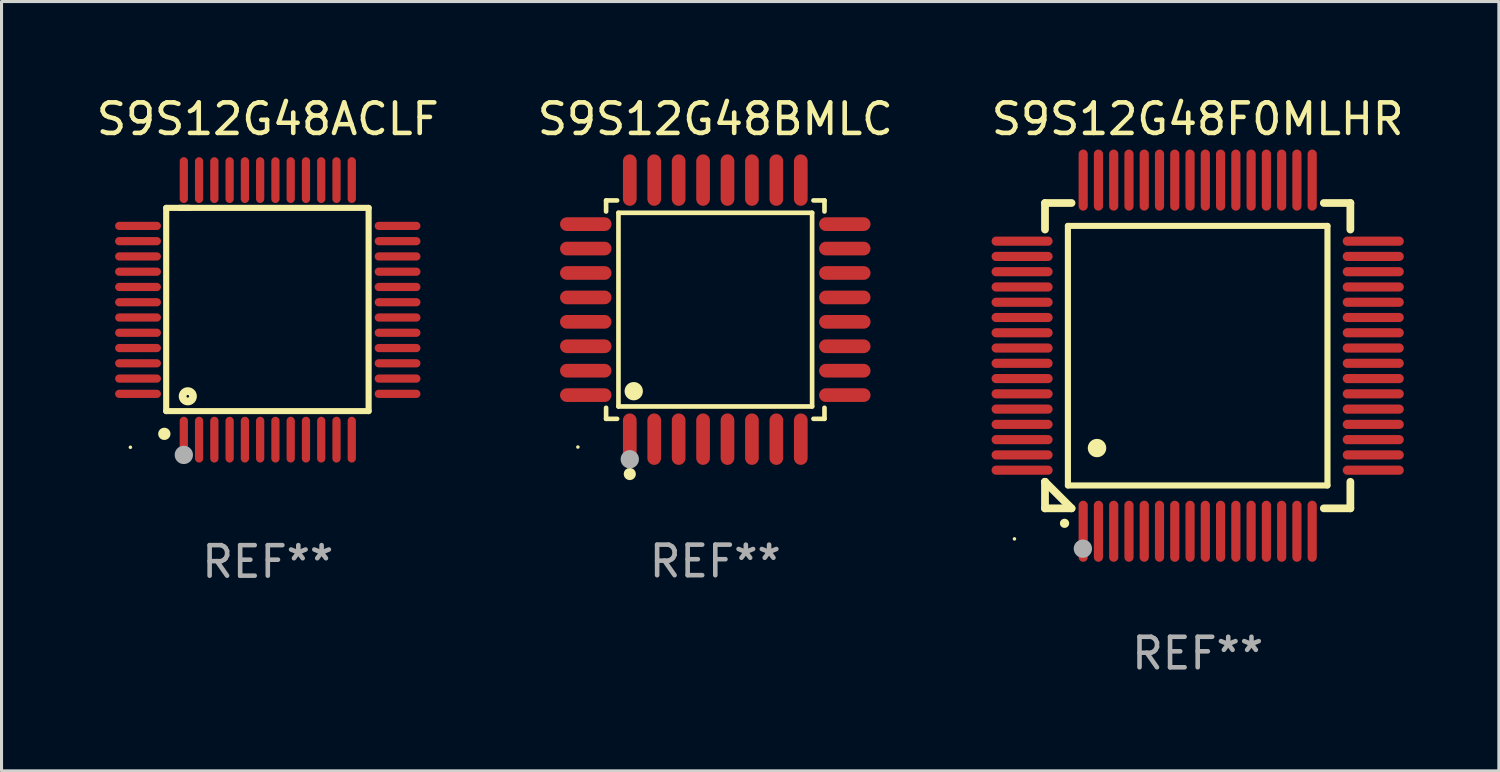
<source format=kicad_pcb>
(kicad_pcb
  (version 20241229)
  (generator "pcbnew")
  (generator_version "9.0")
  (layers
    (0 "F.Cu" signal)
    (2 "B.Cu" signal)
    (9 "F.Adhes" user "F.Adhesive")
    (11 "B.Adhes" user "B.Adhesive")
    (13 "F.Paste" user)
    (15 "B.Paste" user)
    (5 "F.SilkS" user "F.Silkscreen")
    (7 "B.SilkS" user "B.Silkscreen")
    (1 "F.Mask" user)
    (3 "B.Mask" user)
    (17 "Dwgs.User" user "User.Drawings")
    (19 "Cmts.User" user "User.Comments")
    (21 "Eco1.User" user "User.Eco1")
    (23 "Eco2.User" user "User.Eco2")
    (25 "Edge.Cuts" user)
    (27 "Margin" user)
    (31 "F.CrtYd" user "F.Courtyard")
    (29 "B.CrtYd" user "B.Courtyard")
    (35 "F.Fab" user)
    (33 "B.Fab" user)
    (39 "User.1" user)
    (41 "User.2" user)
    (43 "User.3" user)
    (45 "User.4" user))
  (footprint "S9S12G48BMLC"
    (layer "F.Cu")
    (at 20.375 7.09)
    (property "Reference" "S9S12G48BMLC" (at 0 -6.242 0) (layer "F.SilkS") (effects (font (size 1 1) (thickness 0.15))))
    (attr through_hole)
    (fp_line (start -3.576 -3.576) (end -3.215 -3.576) (stroke (width 0.152) (type solid)) (layer "F.SilkS"))
    (fp_line (start -3.576 -3.215) (end -3.576 -3.576) (stroke (width 0.152) (type solid)) (layer "F.SilkS"))
    (fp_line (start -3.576 3.215) (end -3.576 3.576) (stroke (width 0.152) (type solid)) (layer "F.SilkS"))
    (fp_line (start -3.576 3.576) (end -3.215 3.576) (stroke (width 0.152) (type solid)) (layer "F.SilkS"))
    (fp_line (start -3.171 -3.171) (end 3.171 -3.171) (stroke (width 0.152) (type solid)) (layer "F.SilkS"))
    (fp_line (start -3.171 3.171) (end -3.171 -3.171) (stroke (width 0.152) (type solid)) (layer "F.SilkS"))
    (fp_line (start 3.171 -3.171) (end 3.171 3.171) (stroke (width 0.152) (type solid)) (layer "F.SilkS"))
    (fp_line (start 3.171 3.171) (end -3.171 3.171) (stroke (width 0.152) (type solid)) (layer "F.SilkS"))
    (fp_line (start 3.576 -3.576) (end 3.215 -3.576) (stroke (width 0.152) (type solid)) (layer "F.SilkS"))
    (fp_line (start 3.576 -3.215) (end 3.576 -3.576) (stroke (width 0.152) (type solid)) (layer "F.SilkS"))
    (fp_line (start 3.576 3.215) (end 3.576 3.576) (stroke (width 0.152) (type solid)) (layer "F.SilkS"))
    (fp_line (start 3.576 3.576) (end 3.215 3.576) (stroke (width 0.152) (type solid)) (layer "F.SilkS"))
    (fp_circle (center -4.5 4.5) (end -4.47 4.5) (stroke (width 0.06) (type solid)) (fill no) (layer "F.SilkS"))
    (fp_circle (center -2.8 5.384) (end -2.7 5.384) (stroke (width 0.2) (type solid)) (fill no) (layer "F.SilkS"))
    (fp_circle (center -2.671 2.671) (end -2.521 2.671) (stroke (width 0.3) (type solid)) (fill no) (layer "F.SilkS"))
    (fp_circle (center -2.8 4.9) (end -2.65 4.9) (stroke (width 0.3) (type solid)) (fill no) (layer "F.Fab"))
    (fp_text user "REF**" (at 0 8.242 0) (layer "F.Fab") (effects (font (size 1 1) (thickness 0.15))))
    (pad "1" smd oval (at -2.8 4.242) (size 0.448 1.684) (layers "F.Cu" "F.Mask" "F.Paste"))
    (pad "2" smd oval (at -2 4.242) (size 0.448 1.684) (layers "F.Cu" "F.Mask" "F.Paste"))
    (pad "3" smd oval (at -1.2 4.242) (size 0.448 1.684) (layers "F.Cu" "F.Mask" "F.Paste"))
    (pad "4" smd oval (at -0.4 4.242) (size 0.448 1.684) (layers "F.Cu" "F.Mask" "F.Paste"))
    (pad "5" smd oval (at 0.4 4.242) (size 0.448 1.684) (layers "F.Cu" "F.Mask" "F.Paste"))
    (pad "6" smd oval (at 1.2 4.242) (size 0.448 1.684) (layers "F.Cu" "F.Mask" "F.Paste"))
    (pad "7" smd oval (at 2 4.242) (size 0.448 1.684) (layers "F.Cu" "F.Mask" "F.Paste"))
    (pad "8" smd oval (at 2.8 4.242) (size 0.448 1.684) (layers "F.Cu" "F.Mask" "F.Paste"))
    (pad "9" smd oval (at 4.242 2.8) (size 1.684 0.448) (layers "F.Cu" "F.Mask" "F.Paste"))
    (pad "10" smd oval (at 4.242 2) (size 1.684 0.448) (layers "F.Cu" "F.Mask" "F.Paste"))
    (pad "11" smd oval (at 4.242 1.2) (size 1.684 0.448) (layers "F.Cu" "F.Mask" "F.Paste"))
    (pad "12" smd oval (at 4.242 0.4) (size 1.684 0.448) (layers "F.Cu" "F.Mask" "F.Paste"))
    (pad "13" smd oval (at 4.242 -0.4) (size 1.684 0.448) (layers "F.Cu" "F.Mask" "F.Paste"))
    (pad "14" smd oval (at 4.242 -1.2) (size 1.684 0.448) (layers "F.Cu" "F.Mask" "F.Paste"))
    (pad "15" smd oval (at 4.242 -2) (size 1.684 0.448) (layers "F.Cu" "F.Mask" "F.Paste"))
    (pad "16" smd oval (at 4.242 -2.8) (size 1.684 0.448) (layers "F.Cu" "F.Mask" "F.Paste"))
    (pad "17" smd oval (at 2.8 -4.242) (size 0.448 1.684) (layers "F.Cu" "F.Mask" "F.Paste"))
    (pad "18" smd oval (at 2 -4.242) (size 0.448 1.684) (layers "F.Cu" "F.Mask" "F.Paste"))
    (pad "19" smd oval (at 1.2 -4.242) (size 0.448 1.684) (layers "F.Cu" "F.Mask" "F.Paste"))
    (pad "20" smd oval (at 0.4 -4.242) (size 0.448 1.684) (layers "F.Cu" "F.Mask" "F.Paste"))
    (pad "21" smd oval (at -0.4 -4.242) (size 0.448 1.684) (layers "F.Cu" "F.Mask" "F.Paste"))
    (pad "22" smd oval (at -1.2 -4.242) (size 0.448 1.684) (layers "F.Cu" "F.Mask" "F.Paste"))
    (pad "23" smd oval (at -2 -4.242) (size 0.448 1.684) (layers "F.Cu" "F.Mask" "F.Paste"))
    (pad "24" smd oval (at -2.8 -4.242) (size 0.448 1.684) (layers "F.Cu" "F.Mask" "F.Paste"))
    (pad "25" smd oval (at -4.242 -2.8) (size 1.684 0.448) (layers "F.Cu" "F.Mask" "F.Paste"))
    (pad "26" smd oval (at -4.242 -2) (size 1.684 0.448) (layers "F.Cu" "F.Mask" "F.Paste"))
    (pad "27" smd oval (at -4.242 -1.2) (size 1.684 0.448) (layers "F.Cu" "F.Mask" "F.Paste"))
    (pad "28" smd oval (at -4.242 -0.4) (size 1.684 0.448) (layers "F.Cu" "F.Mask" "F.Paste"))
    (pad "29" smd oval (at -4.242 0.4) (size 1.684 0.448) (layers "F.Cu" "F.Mask" "F.Paste"))
    (pad "30" smd oval (at -4.242 1.2) (size 1.684 0.448) (layers "F.Cu" "F.Mask" "F.Paste"))
    (pad "31" smd oval (at -4.242 2) (size 1.684 0.448) (layers "F.Cu" "F.Mask" "F.Paste"))
    (pad "32" smd oval (at -4.242 2.8) (size 1.684 0.448) (layers "F.Cu" "F.Mask" "F.Paste")))
  (footprint "S9S12G48ACLF"
    (layer "F.Cu")
    (at 5.72 7.098)
    (property "Reference" "S9S12G48ACLF" (at 0 -6.25 0) (layer "F.SilkS") (effects (font (size 1 1) (thickness 0.15))))
    (attr through_hole)
    (fp_line (start -3.327 -3.34) (end -2.565 -3.34) (stroke (width 0.2) (type solid)) (layer "F.SilkS"))
    (fp_line (start -3.327 3.315) (end -3.327 -3.34) (stroke (width 0.2) (type solid)) (layer "F.SilkS"))
    (fp_line (start -2.896 -3.34) (end 3.302 -3.34) (stroke (width 0.2) (type solid)) (layer "F.SilkS"))
    (fp_line (start 3.302 -3.34) (end 3.302 3.315) (stroke (width 0.2) (type solid)) (layer "F.SilkS"))
    (fp_line (start 3.302 3.315) (end -3.327 3.315) (stroke (width 0.2) (type solid)) (layer "F.SilkS"))
    (fp_arc (start -3.389992 4.059995) (mid -3.388722 4.059991) (end -3.387452 4.059995) (stroke (width 0.4) (type solid)) (layer "F.SilkS"))
    (fp_circle (center -4.5 4.5) (end -4.47 4.5) (stroke (width 0.06) (type solid)) (fill no) (layer "F.SilkS"))
    (fp_circle (center -2.62 2.83) (end -2.45 2.83) (stroke (width 0.254) (type solid)) (fill no) (layer "F.SilkS"))
    (fp_circle (center -2.75 4.75) (end -2.6 4.75) (stroke (width 0.3) (type solid)) (fill no) (layer "F.Fab"))
    (fp_text user "REF**" (at 0 8.25 0) (layer "F.Fab") (effects (font (size 1 1) (thickness 0.15))))
    (pad "1" smd oval (at -2.75 4.25) (size 0.27 1.5) (layers "F.Cu" "F.Mask" "F.Paste"))
    (pad "2" smd oval (at -2.25 4.25) (size 0.27 1.5) (layers "F.Cu" "F.Mask" "F.Paste"))
    (pad "3" smd oval (at -1.75 4.25) (size 0.27 1.5) (layers "F.Cu" "F.Mask" "F.Paste"))
    (pad "4" smd oval (at -1.25 4.25) (size 0.27 1.5) (layers "F.Cu" "F.Mask" "F.Paste"))
    (pad "5" smd oval (at -0.75 4.25) (size 0.27 1.5) (layers "F.Cu" "F.Mask" "F.Paste"))
    (pad "6" smd oval (at -0.25 4.25) (size 0.27 1.5) (layers "F.Cu" "F.Mask" "F.Paste"))
    (pad "7" smd oval (at 0.25 4.25) (size 0.27 1.5) (layers "F.Cu" "F.Mask" "F.Paste"))
    (pad "8" smd oval (at 0.75 4.25) (size 0.27 1.5) (layers "F.Cu" "F.Mask" "F.Paste"))
    (pad "9" smd oval (at 1.25 4.25) (size 0.27 1.5) (layers "F.Cu" "F.Mask" "F.Paste"))
    (pad "10" smd oval (at 1.75 4.25) (size 0.27 1.5) (layers "F.Cu" "F.Mask" "F.Paste"))
    (pad "11" smd oval (at 2.25 4.25) (size 0.27 1.5) (layers "F.Cu" "F.Mask" "F.Paste"))
    (pad "12" smd oval (at 2.75 4.25) (size 0.27 1.5) (layers "F.Cu" "F.Mask" "F.Paste"))
    (pad "13" smd oval (at 4.25 2.75) (size 1.5 0.27) (layers "F.Cu" "F.Mask" "F.Paste"))
    (pad "14" smd oval (at 4.25 2.25) (size 1.5 0.27) (layers "F.Cu" "F.Mask" "F.Paste"))
    (pad "15" smd oval (at 4.25 1.75) (size 1.5 0.27) (layers "F.Cu" "F.Mask" "F.Paste"))
    (pad "16" smd oval (at 4.25 1.25) (size 1.5 0.27) (layers "F.Cu" "F.Mask" "F.Paste"))
    (pad "17" smd oval (at 4.25 0.75) (size 1.5 0.27) (layers "F.Cu" "F.Mask" "F.Paste"))
    (pad "18" smd oval (at 4.25 0.25) (size 1.5 0.27) (layers "F.Cu" "F.Mask" "F.Paste"))
    (pad "19" smd oval (at 4.25 -0.25) (size 1.5 0.27) (layers "F.Cu" "F.Mask" "F.Paste"))
    (pad "20" smd oval (at 4.25 -0.75) (size 1.5 0.27) (layers "F.Cu" "F.Mask" "F.Paste"))
    (pad "21" smd oval (at 4.25 -1.25) (size 1.5 0.27) (layers "F.Cu" "F.Mask" "F.Paste"))
    (pad "22" smd oval (at 4.25 -1.75) (size 1.5 0.27) (layers "F.Cu" "F.Mask" "F.Paste"))
    (pad "23" smd oval (at 4.25 -2.25) (size 1.5 0.27) (layers "F.Cu" "F.Mask" "F.Paste"))
    (pad "24" smd oval (at 4.25 -2.75) (size 1.5 0.27) (layers "F.Cu" "F.Mask" "F.Paste"))
    (pad "25" smd oval (at 2.75 -4.25) (size 0.27 1.5) (layers "F.Cu" "F.Mask" "F.Paste"))
    (pad "26" smd oval (at 2.25 -4.25) (size 0.27 1.5) (layers "F.Cu" "F.Mask" "F.Paste"))
    (pad "27" smd oval (at 1.75 -4.25) (size 0.27 1.5) (layers "F.Cu" "F.Mask" "F.Paste"))
    (pad "28" smd oval (at 1.25 -4.25) (size 0.27 1.5) (layers "F.Cu" "F.Mask" "F.Paste"))
    (pad "29" smd oval (at 0.75 -4.25) (size 0.27 1.5) (layers "F.Cu" "F.Mask" "F.Paste"))
    (pad "30" smd oval (at 0.25 -4.25) (size 0.27 1.5) (layers "F.Cu" "F.Mask" "F.Paste"))
    (pad "31" smd oval (at -0.25 -4.25) (size 0.27 1.5) (layers "F.Cu" "F.Mask" "F.Paste"))
    (pad "32" smd oval (at -0.75 -4.25) (size 0.27 1.5) (layers "F.Cu" "F.Mask" "F.Paste"))
    (pad "33" smd oval (at -1.25 -4.25) (size 0.27 1.5) (layers "F.Cu" "F.Mask" "F.Paste"))
    (pad "34" smd oval (at -1.75 -4.25) (size 0.27 1.5) (layers "F.Cu" "F.Mask" "F.Paste"))
    (pad "35" smd oval (at -2.25 -4.25) (size 0.27 1.5) (layers "F.Cu" "F.Mask" "F.Paste"))
    (pad "36" smd oval (at -2.75 -4.25) (size 0.27 1.5) (layers "F.Cu" "F.Mask" "F.Paste"))
    (pad "37" smd oval (at -4.25 -2.75) (size 1.5 0.27) (layers "F.Cu" "F.Mask" "F.Paste"))
    (pad "38" smd oval (at -4.25 -2.25) (size 1.5 0.27) (layers "F.Cu" "F.Mask" "F.Paste"))
    (pad "39" smd oval (at -4.25 -1.75) (size 1.5 0.27) (layers "F.Cu" "F.Mask" "F.Paste"))
    (pad "40" smd oval (at -4.25 -1.25) (size 1.5 0.27) (layers "F.Cu" "F.Mask" "F.Paste"))
    (pad "41" smd oval (at -4.25 -0.75) (size 1.5 0.27) (layers "F.Cu" "F.Mask" "F.Paste"))
    (pad "42" smd oval (at -4.25 -0.25) (size 1.5 0.27) (layers "F.Cu" "F.Mask" "F.Paste"))
    (pad "43" smd oval (at -4.25 0.25) (size 1.5 0.27) (layers "F.Cu" "F.Mask" "F.Paste"))
    (pad "44" smd oval (at -4.25 0.75) (size 1.5 0.27) (layers "F.Cu" "F.Mask" "F.Paste"))
    (pad "45" smd oval (at -4.25 1.25) (size 1.5 0.27) (layers "F.Cu" "F.Mask" "F.Paste"))
    (pad "46" smd oval (at -4.25 1.75) (size 1.5 0.27) (layers "F.Cu" "F.Mask" "F.Paste"))
    (pad "47" smd oval (at -4.25 2.25) (size 1.5 0.27) (layers "F.Cu" "F.Mask" "F.Paste"))
    (pad "48" smd oval (at -4.25 2.75) (size 1.5 0.27) (layers "F.Cu" "F.Mask" "F.Paste")))
  (footprint "S9S12G48F0MLHR"
    (layer "F.Cu")
    (at 36.173 8.598)
    (property "Reference" "S9S12G48F0MLHR" (at 0 -7.75 0) (layer "F.SilkS") (effects (font (size 1 1) (thickness 0.15))))
    (attr through_hole)
    (fp_line (start -5 -5) (end -4.131 -5) (stroke (width 0.254) (type solid)) (layer "F.SilkS"))
    (fp_line (start -5 -4.131) (end -5 -5) (stroke (width 0.254) (type solid)) (layer "F.SilkS"))
    (fp_line (start -5 4.131) (end -5 4.131) (stroke (width 0.254) (type solid)) (layer "F.SilkS"))
    (fp_line (start -5 5) (end -5 4.131) (stroke (width 0.254) (type solid)) (layer "F.SilkS"))
    (fp_line (start -5 4.131) (end -4.131 5) (stroke (width 0.254) (type solid)) (layer "F.SilkS"))
    (fp_line (start -4.25 -4.25) (end -4.25 4.25) (stroke (width 0.2) (type solid)) (layer "F.SilkS"))
    (fp_line (start -4.25 4.25) (end 4.25 4.25) (stroke (width 0.2) (type solid)) (layer "F.SilkS"))
    (fp_line (start -4.131 5) (end -5 5) (stroke (width 0.254) (type solid)) (layer "F.SilkS"))
    (fp_line (start 4.25 -4.25) (end -4.25 -4.25) (stroke (width 0.2) (type solid)) (layer "F.SilkS"))
    (fp_line (start 4.25 4.25) (end 4.25 -4.25) (stroke (width 0.2) (type solid)) (layer "F.SilkS"))
    (fp_line (start 5 -5) (end 4.131 -5) (stroke (width 0.254) (type solid)) (layer "F.SilkS"))
    (fp_line (start 5 -5) (end 5 -4.131) (stroke (width 0.254) (type solid)) (layer "F.SilkS"))
    (fp_line (start 5 4.131) (end 5 5) (stroke (width 0.254) (type solid)) (layer "F.SilkS"))
    (fp_line (start 5 5) (end 4.131 5) (stroke (width 0.254) (type solid)) (layer "F.SilkS"))
    (fp_arc (start -4.361265 5.489992) (mid -4.359995 5.489987) (end -4.358725 5.489992) (stroke (width 0.3) (type solid)) (layer "F.SilkS"))
    (fp_arc (start -3.299467 3.025146) (mid -3.296927 3.025135) (end -3.294387 3.025146) (stroke (width 0.6) (type solid)) (layer "F.SilkS"))
    (fp_circle (center -6 6) (end -5.97 6) (stroke (width 0.06) (type solid)) (fill no) (layer "F.SilkS"))
    (fp_circle (center -3.76 6.32) (end -3.61 6.32) (stroke (width 0.3) (type solid)) (fill no) (layer "F.Fab"))
    (fp_text user "REF**" (at 0 9.75 0) (layer "F.Fab") (effects (font (size 1 1) (thickness 0.15))))
    (pad "1" smd oval (at -3.75 5.75) (size 0.3 2) (layers "F.Cu" "F.Mask" "F.Paste"))
    (pad "2" smd oval (at -3.25 5.75) (size 0.3 2) (layers "F.Cu" "F.Mask" "F.Paste"))
    (pad "3" smd oval (at -2.75 5.75) (size 0.3 2) (layers "F.Cu" "F.Mask" "F.Paste"))
    (pad "4" smd oval (at -2.25 5.75) (size 0.3 2) (layers "F.Cu" "F.Mask" "F.Paste"))
    (pad "5" smd oval (at -1.75 5.75) (size 0.3 2) (layers "F.Cu" "F.Mask" "F.Paste"))
    (pad "6" smd oval (at -1.25 5.75) (size 0.3 2) (layers "F.Cu" "F.Mask" "F.Paste"))
    (pad "7" smd oval (at -0.75 5.75) (size 0.3 2) (layers "F.Cu" "F.Mask" "F.Paste"))
    (pad "8" smd oval (at -0.25 5.75) (size 0.3 2) (layers "F.Cu" "F.Mask" "F.Paste"))
    (pad "9" smd oval (at 0.25 5.75) (size 0.3 2) (layers "F.Cu" "F.Mask" "F.Paste"))
    (pad "10" smd oval (at 0.75 5.75) (size 0.3 2) (layers "F.Cu" "F.Mask" "F.Paste"))
    (pad "11" smd oval (at 1.25 5.75) (size 0.3 2) (layers "F.Cu" "F.Mask" "F.Paste"))
    (pad "12" smd oval (at 1.75 5.75) (size 0.3 2) (layers "F.Cu" "F.Mask" "F.Paste"))
    (pad "13" smd oval (at 2.25 5.75) (size 0.3 2) (layers "F.Cu" "F.Mask" "F.Paste"))
    (pad "14" smd oval (at 2.75 5.75) (size 0.3 2) (layers "F.Cu" "F.Mask" "F.Paste"))
    (pad "15" smd oval (at 3.25 5.75) (size 0.3 2) (layers "F.Cu" "F.Mask" "F.Paste"))
    (pad "16" smd oval (at 3.75 5.75) (size 0.3 2) (layers "F.Cu" "F.Mask" "F.Paste"))
    (pad "17" smd oval (at 5.75 3.75) (size 2 0.3) (layers "F.Cu" "F.Mask" "F.Paste"))
    (pad "18" smd oval (at 5.75 3.25) (size 2 0.3) (layers "F.Cu" "F.Mask" "F.Paste"))
    (pad "19" smd oval (at 5.75 2.75) (size 2 0.3) (layers "F.Cu" "F.Mask" "F.Paste"))
    (pad "20" smd oval (at 5.75 2.25) (size 2 0.3) (layers "F.Cu" "F.Mask" "F.Paste"))
    (pad "21" smd oval (at 5.75 1.75) (size 2 0.3) (layers "F.Cu" "F.Mask" "F.Paste"))
    (pad "22" smd oval (at 5.75 1.25) (size 2 0.3) (layers "F.Cu" "F.Mask" "F.Paste"))
    (pad "23" smd oval (at 5.75 0.75) (size 2 0.3) (layers "F.Cu" "F.Mask" "F.Paste"))
    (pad "24" smd oval (at 5.75 0.25) (size 2 0.3) (layers "F.Cu" "F.Mask" "F.Paste"))
    (pad "25" smd oval (at 5.75 -0.25) (size 2 0.3) (layers "F.Cu" "F.Mask" "F.Paste"))
    (pad "26" smd oval (at 5.75 -0.75) (size 2 0.3) (layers "F.Cu" "F.Mask" "F.Paste"))
    (pad "27" smd oval (at 5.75 -1.25) (size 2 0.3) (layers "F.Cu" "F.Mask" "F.Paste"))
    (pad "28" smd oval (at 5.75 -1.75) (size 2 0.3) (layers "F.Cu" "F.Mask" "F.Paste"))
    (pad "29" smd oval (at 5.75 -2.25) (size 2 0.3) (layers "F.Cu" "F.Mask" "F.Paste"))
    (pad "30" smd oval (at 5.75 -2.75) (size 2 0.3) (layers "F.Cu" "F.Mask" "F.Paste"))
    (pad "31" smd oval (at 5.75 -3.25) (size 2 0.3) (layers "F.Cu" "F.Mask" "F.Paste"))
    (pad "32" smd oval (at 5.75 -3.75) (size 2 0.3) (layers "F.Cu" "F.Mask" "F.Paste"))
    (pad "33" smd oval (at 3.75 -5.75) (size 0.3 2) (layers "F.Cu" "F.Mask" "F.Paste"))
    (pad "34" smd oval (at 3.25 -5.75) (size 0.3 2) (layers "F.Cu" "F.Mask" "F.Paste"))
    (pad "35" smd oval (at 2.75 -5.75) (size 0.3 2) (layers "F.Cu" "F.Mask" "F.Paste"))
    (pad "36" smd oval (at 2.25 -5.75) (size 0.3 2) (layers "F.Cu" "F.Mask" "F.Paste"))
    (pad "37" smd oval (at 1.75 -5.75) (size 0.3 2) (layers "F.Cu" "F.Mask" "F.Paste"))
    (pad "38" smd oval (at 1.25 -5.75) (size 0.3 2) (layers "F.Cu" "F.Mask" "F.Paste"))
    (pad "39" smd oval (at 0.75 -5.75) (size 0.3 2) (layers "F.Cu" "F.Mask" "F.Paste"))
    (pad "40" smd oval (at 0.25 -5.75) (size 0.3 2) (layers "F.Cu" "F.Mask" "F.Paste"))
    (pad "41" smd oval (at -0.25 -5.75) (size 0.3 2) (layers "F.Cu" "F.Mask" "F.Paste"))
    (pad "42" smd oval (at -0.75 -5.75) (size 0.3 2) (layers "F.Cu" "F.Mask" "F.Paste"))
    (pad "43" smd oval (at -1.25 -5.75) (size 0.3 2) (layers "F.Cu" "F.Mask" "F.Paste"))
    (pad "44" smd oval (at -1.75 -5.75) (size 0.3 2) (layers "F.Cu" "F.Mask" "F.Paste"))
    (pad "45" smd oval (at -2.25 -5.75) (size 0.3 2) (layers "F.Cu" "F.Mask" "F.Paste"))
    (pad "46" smd oval (at -2.75 -5.75) (size 0.3 2) (layers "F.Cu" "F.Mask" "F.Paste"))
    (pad "47" smd oval (at -3.25 -5.75) (size 0.3 2) (layers "F.Cu" "F.Mask" "F.Paste"))
    (pad "48" smd oval (at -3.75 -5.75) (size 0.3 2) (layers "F.Cu" "F.Mask" "F.Paste"))
    (pad "49" smd oval (at -5.75 -3.75) (size 2 0.3) (layers "F.Cu" "F.Mask" "F.Paste"))
    (pad "50" smd oval (at -5.75 -3.25) (size 2 0.3) (layers "F.Cu" "F.Mask" "F.Paste"))
    (pad "51" smd oval (at -5.75 -2.75) (size 2 0.3) (layers "F.Cu" "F.Mask" "F.Paste"))
    (pad "52" smd oval (at -5.75 -2.25) (size 2 0.3) (layers "F.Cu" "F.Mask" "F.Paste"))
    (pad "53" smd oval (at -5.75 -1.75) (size 2 0.3) (layers "F.Cu" "F.Mask" "F.Paste"))
    (pad "54" smd oval (at -5.75 -1.25) (size 2 0.3) (layers "F.Cu" "F.Mask" "F.Paste"))
    (pad "55" smd oval (at -5.75 -0.75) (size 2 0.3) (layers "F.Cu" "F.Mask" "F.Paste"))
    (pad "56" smd oval (at -5.75 -0.25) (size 2 0.3) (layers "F.Cu" "F.Mask" "F.Paste"))
    (pad "57" smd oval (at -5.75 0.25) (size 2 0.3) (layers "F.Cu" "F.Mask" "F.Paste"))
    (pad "58" smd oval (at -5.75 0.75) (size 2 0.3) (layers "F.Cu" "F.Mask" "F.Paste"))
    (pad "59" smd oval (at -5.75 1.25) (size 2 0.3) (layers "F.Cu" "F.Mask" "F.Paste"))
    (pad "60" smd oval (at -5.75 1.75) (size 2 0.3) (layers "F.Cu" "F.Mask" "F.Paste"))
    (pad "61" smd oval (at -5.75 2.25) (size 2 0.3) (layers "F.Cu" "F.Mask" "F.Paste"))
    (pad "62" smd oval (at -5.75 2.75) (size 2 0.3) (layers "F.Cu" "F.Mask" "F.Paste"))
    (pad "63" smd oval (at -5.75 3.25) (size 2 0.3) (layers "F.Cu" "F.Mask" "F.Paste"))
    (pad "64" smd oval (at -5.75 3.75) (size 2 0.3) (layers "F.Cu" "F.Mask" "F.Paste")))
  (gr_rect
    (start -3 -3)
    (end 46.036 22.196)
    (stroke (width 0.1) (type default))
    (fill no)
    (layer "Edge.Cuts")))
</source>
